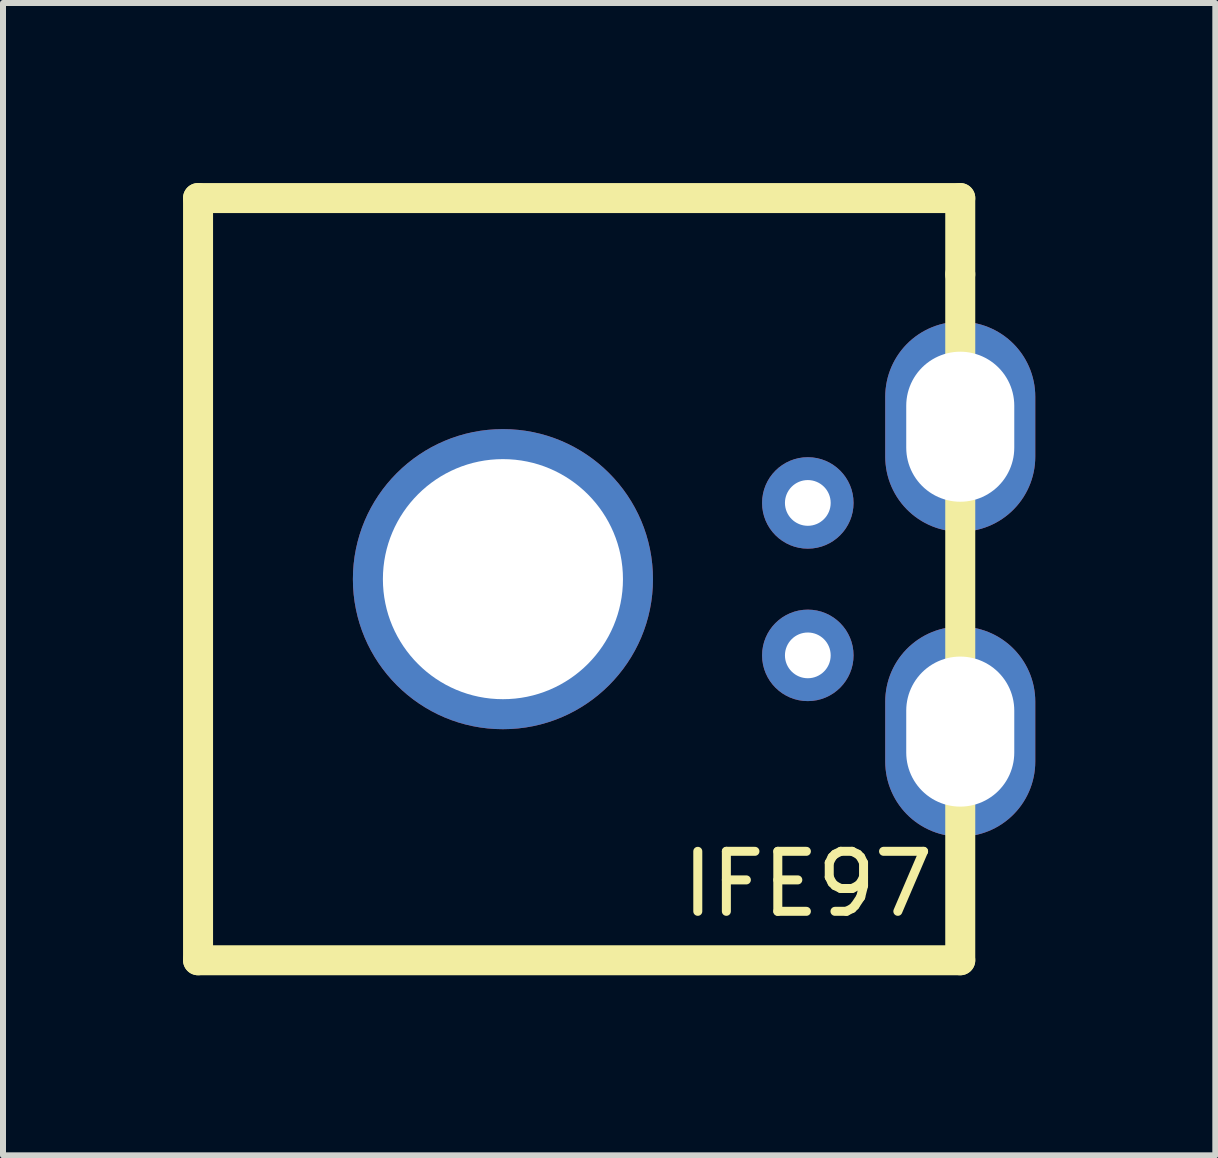
<source format=kicad_pcb>
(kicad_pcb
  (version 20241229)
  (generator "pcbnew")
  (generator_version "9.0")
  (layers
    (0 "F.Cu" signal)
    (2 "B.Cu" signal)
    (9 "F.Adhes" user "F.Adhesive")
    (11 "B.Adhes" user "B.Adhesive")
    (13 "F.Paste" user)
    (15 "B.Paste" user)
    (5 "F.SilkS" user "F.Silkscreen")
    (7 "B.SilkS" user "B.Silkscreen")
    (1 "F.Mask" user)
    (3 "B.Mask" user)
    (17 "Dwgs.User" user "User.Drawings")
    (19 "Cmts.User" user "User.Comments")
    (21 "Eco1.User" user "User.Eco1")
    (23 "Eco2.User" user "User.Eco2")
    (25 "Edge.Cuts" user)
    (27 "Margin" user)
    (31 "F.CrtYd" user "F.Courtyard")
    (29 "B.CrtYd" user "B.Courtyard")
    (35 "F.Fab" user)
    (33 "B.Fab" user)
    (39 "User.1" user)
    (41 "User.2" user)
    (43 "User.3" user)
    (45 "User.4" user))
  (footprint "IFE97"
    (layer "F.Cu")
    (at 10.41 6.6)
    (property "Reference" "IFE97" (at 0 5.08 0) (layer "F.SilkS") (effects (font (size 1 1) (thickness 0.15))))
    (attr through_hole)
    (fp_line (start -10.16 6.35) (end -10.16 -6.35) (stroke (width 0.5) (type solid)) (layer "F.SilkS"))
    (fp_line (start -5.08 0) (end -3.81 0) (stroke (width 0.5) (type solid)) (layer "F.SilkS"))
    (fp_line (start -3.81 0) (end -5.08 -1.27) (stroke (width 0.5) (type solid)) (layer "F.SilkS"))
    (fp_line (start -3.81 0) (end -5.08 1.27) (stroke (width 0.5) (type solid)) (layer "F.SilkS"))
    (fp_line (start 2.54 -6.35) (end -10.16 -6.35) (stroke (width 0.5) (type solid)) (layer "F.SilkS"))
    (fp_line (start 2.54 -6.35) (end 2.54 -5.08) (stroke (width 0.5) (type solid)) (layer "F.SilkS"))
    (fp_line (start 2.54 -5.08) (end 2.54 6.35) (stroke (width 0.5) (type solid)) (layer "F.SilkS"))
    (fp_line (start 2.54 6.35) (end -10.16 6.35) (stroke (width 0.5) (type solid)) (layer "F.SilkS"))
    (pad "1" thru_hole circle (at 0 1.27) (size 1.524 1.524) (drill 0.762) (layers "*.Cu" "*.Mask"))
    (pad "2" thru_hole circle (at 0 -1.27) (size 1.524 1.524) (drill 0.762) (layers "*.Cu" "*.Mask"))
    (pad "4" thru_hole oval (at 2.54 -2.54) (size 2.5 3.5) (drill oval 1.8 2.5) (layers "*.Cu" "*.Mask"))
    (pad "4" thru_hole oval (at 2.54 2.54) (size 2.5 3.5) (drill oval 1.8 2.5) (layers "*.Cu" "*.Mask"))
    (pad "5" thru_hole oval (at -5.08 0) (size 5 5) (drill oval 4) (layers "*.Cu" "*.Mask")))
  (gr_rect
    (start -3 -3)
    (end 17.2 16.2)
    (stroke (width 0.1) (type default))
    (fill no)
    (layer "Edge.Cuts")))
</source>
